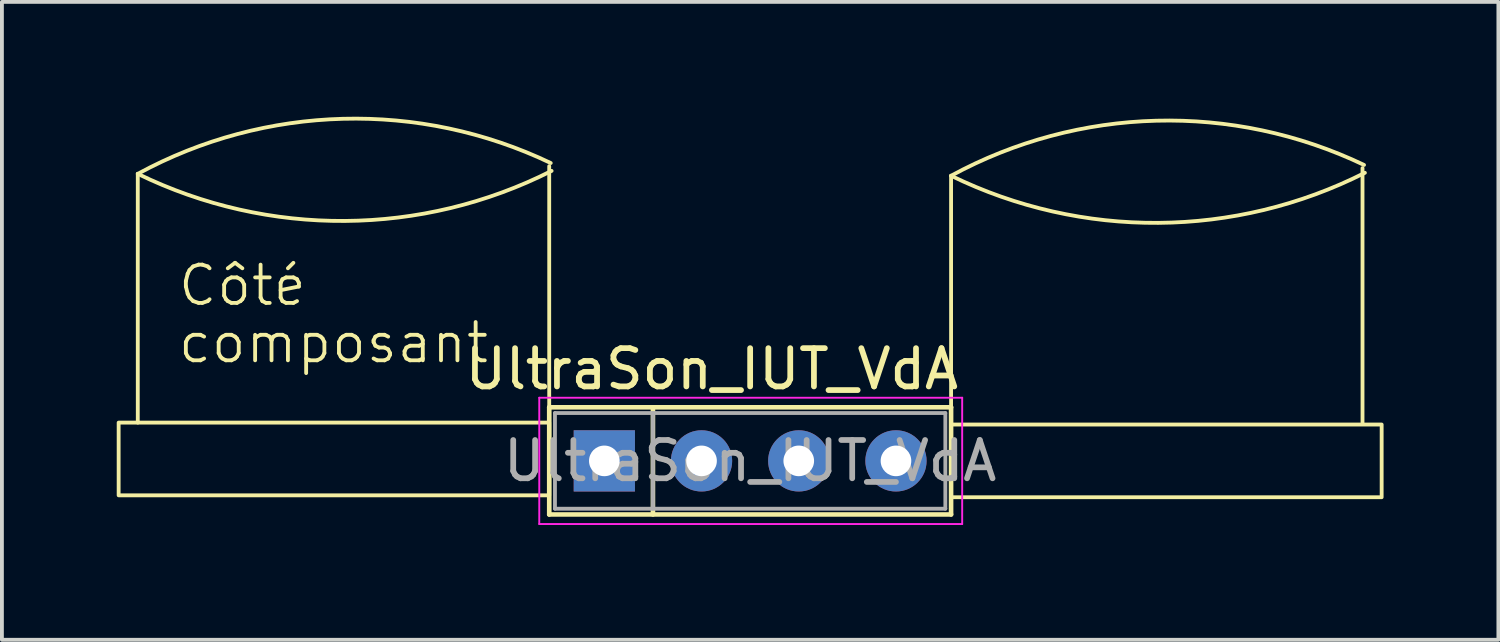
<source format=kicad_pcb>
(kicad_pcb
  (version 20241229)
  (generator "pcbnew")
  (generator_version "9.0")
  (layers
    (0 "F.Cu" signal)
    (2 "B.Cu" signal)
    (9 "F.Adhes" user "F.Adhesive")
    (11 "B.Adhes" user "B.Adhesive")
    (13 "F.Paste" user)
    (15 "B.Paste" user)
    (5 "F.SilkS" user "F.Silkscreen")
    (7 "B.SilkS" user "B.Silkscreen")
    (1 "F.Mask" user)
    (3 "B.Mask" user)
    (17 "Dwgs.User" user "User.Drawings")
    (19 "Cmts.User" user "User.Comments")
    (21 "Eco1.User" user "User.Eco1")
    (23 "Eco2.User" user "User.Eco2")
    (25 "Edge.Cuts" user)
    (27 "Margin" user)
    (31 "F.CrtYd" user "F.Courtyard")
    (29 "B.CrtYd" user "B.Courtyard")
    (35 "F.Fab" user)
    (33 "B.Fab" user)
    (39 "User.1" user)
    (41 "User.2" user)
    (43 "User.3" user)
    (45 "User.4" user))
  (footprint "UltraSon_IUT_VdA"
    (layer "F.Cu")
    (at 16.55 8.992)
    (property "Reference" "UltraSon_IUT_VdA" (at -1 -2.4 0) (layer "F.SilkS") (effects (font (size 1 1) (thickness 0.15))))
    (attr through_hole)
    (fp_line (start -16 -1) (end -16 -7.5) (stroke (width 0.1) (type default)) (layer "F.SilkS"))
    (fp_line (start -5.25 -1.4) (end -5.25 1.4) (stroke (width 0.12) (type solid)) (layer "F.SilkS"))
    (fp_line (start -5.25 1.4) (end -5.25 -7.7) (stroke (width 0.1) (type default)) (layer "F.SilkS"))
    (fp_line (start -5.25 1.4) (end 5.25 1.4) (stroke (width 0.12) (type solid)) (layer "F.SilkS"))
    (fp_line (start -2.54 -1.4) (end -2.54 1.4) (stroke (width 0.12) (type solid)) (layer "F.SilkS"))
    (fp_line (start 5.25 -1.4) (end -5.25 -1.4) (stroke (width 0.12) (type solid)) (layer "F.SilkS"))
    (fp_line (start 5.25 -0.85) (end 5.25 -7.45) (stroke (width 0.1) (type default)) (layer "F.SilkS"))
    (fp_line (start 5.25 1.4) (end 5.25 -1.4) (stroke (width 0.12) (type solid)) (layer "F.SilkS"))
    (fp_line (start 16 -1) (end 16 -7.65) (stroke (width 0.1) (type default)) (layer "F.SilkS"))
    (fp_rect (start -16.5 -1) (end -5.25 0.9) (stroke (width 0.1) (type default)) (fill no) (layer "F.SilkS"))
    (fp_rect (start 5.25 -0.95) (end 16.5 0.95) (stroke (width 0.1) (type default)) (fill no) (layer "F.SilkS"))
    (fp_arc (start -16 -7.5) (mid -10.639229 -8.938206) (end -5.210503 -7.782682) (stroke (width 0.1) (type default)) (layer "F.SilkS"))
    (fp_arc (start -5.18782 -7.577128) (mid -10.584853 -6.26892) (end -16 -7.5) (stroke (width 0.1) (type default)) (layer "F.SilkS"))
    (fp_arc (start 5.25 -7.45) (mid 10.610771 -8.888206) (end 16.039497 -7.732682) (stroke (width 0.1) (type default)) (layer "F.SilkS"))
    (fp_arc (start 16.06218 -7.527128) (mid 10.665147 -6.21892) (end 5.25 -7.45) (stroke (width 0.1) (type default)) (layer "F.SilkS"))
    (fp_line (start -5.51 -1.65) (end -5.51 1.65) (stroke (width 0.05) (type solid)) (layer "F.CrtYd"))
    (fp_line (start -5.51 1.65) (end 5.54 1.65) (stroke (width 0.05) (type solid)) (layer "F.CrtYd"))
    (fp_line (start 5.54 -1.65) (end -5.51 -1.65) (stroke (width 0.05) (type solid)) (layer "F.CrtYd"))
    (fp_line (start 5.54 1.65) (end 5.54 -1.65) (stroke (width 0.05) (type solid)) (layer "F.CrtYd"))
    (fp_line (start -5.1 -1.25) (end -5.1 1.25) (stroke (width 0.1) (type solid)) (layer "F.Fab"))
    (fp_line (start -5.1 1.25) (end 5.1 1.25) (stroke (width 0.1) (type solid)) (layer "F.Fab"))
    (fp_line (start -2.54 -1.25) (end -2.54 1.25) (stroke (width 0.1) (type solid)) (layer "F.Fab"))
    (fp_line (start 5.1 -1.25) (end -5.1 -1.25) (stroke (width 0.1) (type solid)) (layer "F.Fab"))
    (fp_line (start 5.1 1.25) (end 5.1 -1.25) (stroke (width 0.1) (type solid)) (layer "F.Fab"))
    (fp_text user "Côté" (at -15 -4 0) (unlocked yes) (layer "F.SilkS") (effects (font (size 1 1) (thickness 0.1)) (justify left bottom)))
    (fp_text user "composant" (at -15 -2.5 0) (unlocked yes) (layer "F.SilkS") (effects (font (size 1 1) (thickness 0.1)) (justify left bottom)))
    (fp_text user "${REFERENCE}" (at 0 0 0) (layer "F.Fab") (effects (font (size 1 1) (thickness 0.15))))
    (pad "Echo" thru_hole oval (at -1.27 0) (size 1.6 1.6) (drill 0.8) (layers "*.Cu" "*.Mask"))
    (pad "Gnd" thru_hole rect (at -3.81 0) (size 1.6 1.6) (drill 0.8) (layers "*.Cu" "*.Mask"))
    (pad "Trig" thru_hole oval (at 1.27 0) (size 1.6 1.6) (drill 0.8) (layers "*.Cu" "*.Mask"))
    (pad "Vcc" thru_hole oval (at 3.81 0) (size 1.6 1.6) (drill 0.8) (layers "*.Cu" "*.Mask")))
  (gr_rect
    (start -3 -3)
    (end 36.1 13.667)
    (stroke (width 0.1) (type default))
    (fill no)
    (layer "Edge.Cuts")))
</source>
